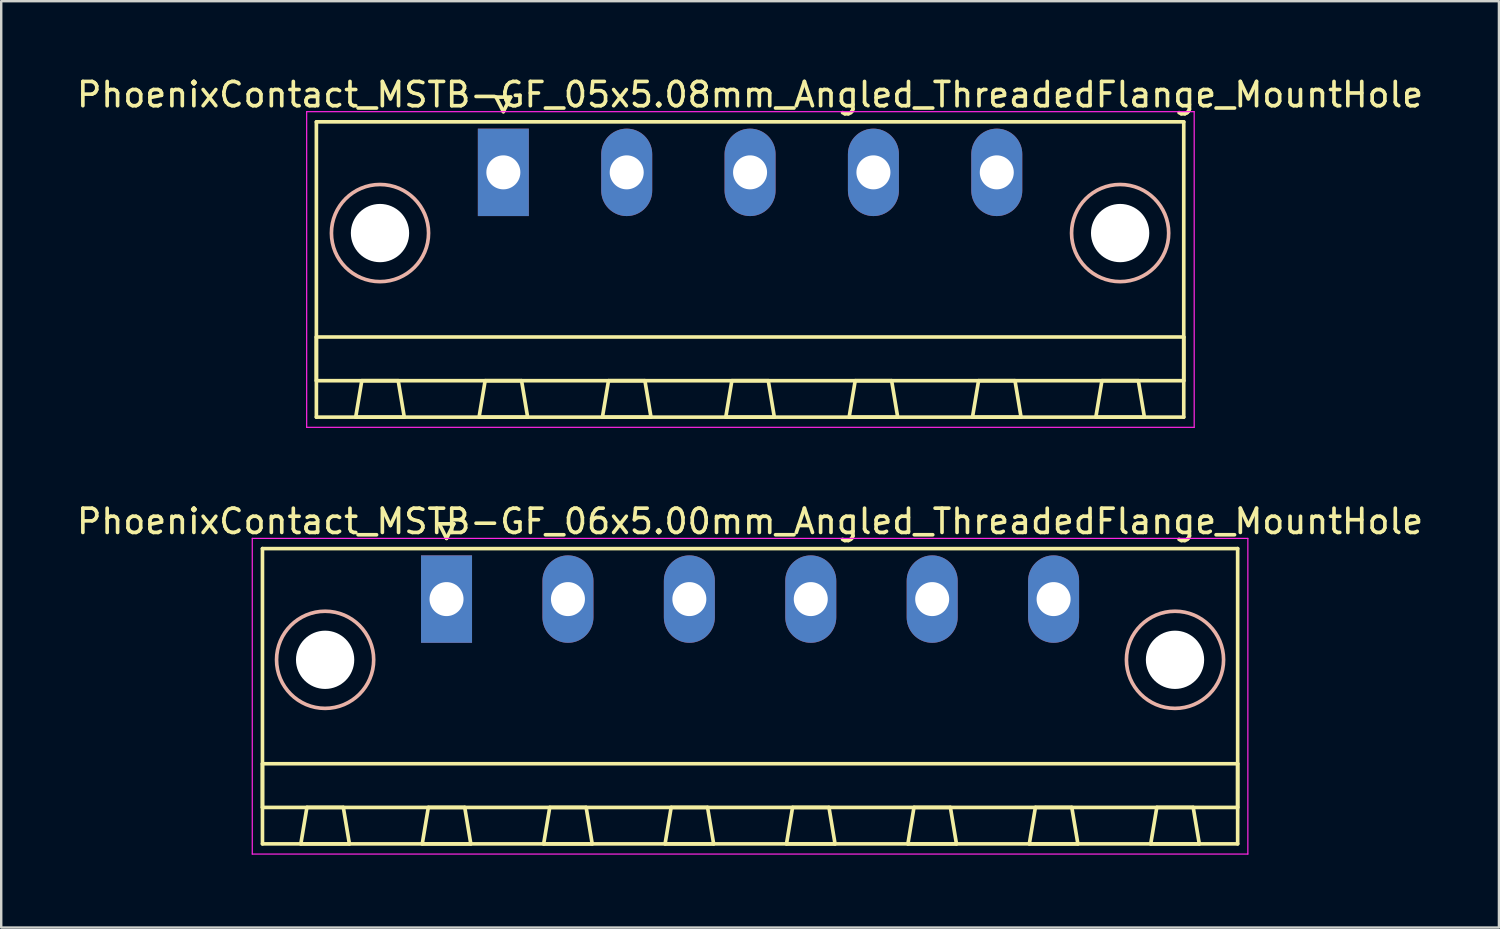
<source format=kicad_pcb>
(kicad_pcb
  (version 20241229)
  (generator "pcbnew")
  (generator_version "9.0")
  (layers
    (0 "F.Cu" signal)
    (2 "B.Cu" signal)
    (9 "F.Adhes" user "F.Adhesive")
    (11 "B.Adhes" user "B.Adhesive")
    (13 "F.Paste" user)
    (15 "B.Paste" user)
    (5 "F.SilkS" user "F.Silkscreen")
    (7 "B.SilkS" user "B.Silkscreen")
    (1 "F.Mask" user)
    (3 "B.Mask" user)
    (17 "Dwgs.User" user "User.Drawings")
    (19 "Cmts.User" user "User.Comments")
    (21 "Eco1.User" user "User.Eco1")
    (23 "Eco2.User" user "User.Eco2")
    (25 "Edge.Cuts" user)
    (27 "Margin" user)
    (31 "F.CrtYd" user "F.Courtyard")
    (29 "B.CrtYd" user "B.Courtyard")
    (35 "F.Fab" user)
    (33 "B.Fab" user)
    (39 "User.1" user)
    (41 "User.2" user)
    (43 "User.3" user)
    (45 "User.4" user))
  (footprint "PhoenixContact_MSTB-GF_05x5.08mm_Angled_ThreadedFlange_MountHole"
    (layer "F.Cu")
    (at 17.679 4.048)
    (property "Reference" "PhoenixContact_MSTB-GF_05x5.08mm_Angled_ThreadedFlange_MountHole" (at 10.16 -3.2 0) (layer "F.SilkS") (effects (font (size 1 1) (thickness 0.15))))
    (attr through_hole)
    (fp_line (start -7.7 -2.08) (end -7.7 10.08) (stroke (width 0.15) (type solid)) (layer "F.SilkS"))
    (fp_line (start -7.7 6.78) (end 28.02 6.78) (stroke (width 0.15) (type solid)) (layer "F.SilkS"))
    (fp_line (start -7.7 8.58) (end -7.7 6.78) (stroke (width 0.15) (type solid)) (layer "F.SilkS"))
    (fp_line (start -7.7 10.08) (end 28.02 10.08) (stroke (width 0.15) (type solid)) (layer "F.SilkS"))
    (fp_line (start -6.08 10.08) (end -4.08 10.08) (stroke (width 0.15) (type solid)) (layer "F.SilkS"))
    (fp_line (start -5.83 8.58) (end -6.08 10.08) (stroke (width 0.15) (type solid)) (layer "F.SilkS"))
    (fp_line (start -4.33 8.58) (end -5.83 8.58) (stroke (width 0.15) (type solid)) (layer "F.SilkS"))
    (fp_line (start -4.08 10.08) (end -4.33 8.58) (stroke (width 0.15) (type solid)) (layer "F.SilkS"))
    (fp_line (start -1 10.08) (end 1 10.08) (stroke (width 0.15) (type solid)) (layer "F.SilkS"))
    (fp_line (start -0.75 8.58) (end -1 10.08) (stroke (width 0.15) (type solid)) (layer "F.SilkS"))
    (fp_line (start -0.3 -3.1) (end 0 -2.5) (stroke (width 0.15) (type solid)) (layer "F.SilkS"))
    (fp_line (start 0 -2.5) (end 0.3 -3.1) (stroke (width 0.15) (type solid)) (layer "F.SilkS"))
    (fp_line (start 0.3 -3.1) (end -0.3 -3.1) (stroke (width 0.15) (type solid)) (layer "F.SilkS"))
    (fp_line (start 0.75 8.58) (end -0.75 8.58) (stroke (width 0.15) (type solid)) (layer "F.SilkS"))
    (fp_line (start 1 10.08) (end 0.75 8.58) (stroke (width 0.15) (type solid)) (layer "F.SilkS"))
    (fp_line (start 4.08 10.08) (end 6.08 10.08) (stroke (width 0.15) (type solid)) (layer "F.SilkS"))
    (fp_line (start 4.33 8.58) (end 4.08 10.08) (stroke (width 0.15) (type solid)) (layer "F.SilkS"))
    (fp_line (start 5.83 8.58) (end 4.33 8.58) (stroke (width 0.15) (type solid)) (layer "F.SilkS"))
    (fp_line (start 6.08 10.08) (end 5.83 8.58) (stroke (width 0.15) (type solid)) (layer "F.SilkS"))
    (fp_line (start 9.16 10.08) (end 11.16 10.08) (stroke (width 0.15) (type solid)) (layer "F.SilkS"))
    (fp_line (start 9.41 8.58) (end 9.16 10.08) (stroke (width 0.15) (type solid)) (layer "F.SilkS"))
    (fp_line (start 10.91 8.58) (end 9.41 8.58) (stroke (width 0.15) (type solid)) (layer "F.SilkS"))
    (fp_line (start 11.16 10.08) (end 10.91 8.58) (stroke (width 0.15) (type solid)) (layer "F.SilkS"))
    (fp_line (start 14.24 10.08) (end 16.24 10.08) (stroke (width 0.15) (type solid)) (layer "F.SilkS"))
    (fp_line (start 14.49 8.58) (end 14.24 10.08) (stroke (width 0.15) (type solid)) (layer "F.SilkS"))
    (fp_line (start 15.99 8.58) (end 14.49 8.58) (stroke (width 0.15) (type solid)) (layer "F.SilkS"))
    (fp_line (start 16.24 10.08) (end 15.99 8.58) (stroke (width 0.15) (type solid)) (layer "F.SilkS"))
    (fp_line (start 19.32 10.08) (end 21.32 10.08) (stroke (width 0.15) (type solid)) (layer "F.SilkS"))
    (fp_line (start 19.57 8.58) (end 19.32 10.08) (stroke (width 0.15) (type solid)) (layer "F.SilkS"))
    (fp_line (start 21.07 8.58) (end 19.57 8.58) (stroke (width 0.15) (type solid)) (layer "F.SilkS"))
    (fp_line (start 21.32 10.08) (end 21.07 8.58) (stroke (width 0.15) (type solid)) (layer "F.SilkS"))
    (fp_line (start 24.4 10.08) (end 26.4 10.08) (stroke (width 0.15) (type solid)) (layer "F.SilkS"))
    (fp_line (start 24.65 8.58) (end 24.4 10.08) (stroke (width 0.15) (type solid)) (layer "F.SilkS"))
    (fp_line (start 26.15 8.58) (end 24.65 8.58) (stroke (width 0.15) (type solid)) (layer "F.SilkS"))
    (fp_line (start 26.4 10.08) (end 26.15 8.58) (stroke (width 0.15) (type solid)) (layer "F.SilkS"))
    (fp_line (start 28.02 -2.08) (end -7.7 -2.08) (stroke (width 0.15) (type solid)) (layer "F.SilkS"))
    (fp_line (start 28.02 6.78) (end 28.02 8.58) (stroke (width 0.15) (type solid)) (layer "F.SilkS"))
    (fp_line (start 28.02 8.58) (end -7.7 8.58) (stroke (width 0.15) (type solid)) (layer "F.SilkS"))
    (fp_line (start 28.02 10.08) (end 28.02 -2.08) (stroke (width 0.15) (type solid)) (layer "F.SilkS"))
    (fp_circle (center -5.08 2.5) (end -3.08 2.5) (stroke (width 0.15) (type solid)) (fill no) (layer "B.SilkS"))
    (fp_circle (center 25.4 2.5) (end 27.4 2.5) (stroke (width 0.15) (type solid)) (fill no) (layer "B.SilkS"))
    (fp_line (start -8.1 -2.5) (end -8.1 10.5) (stroke (width 0.05) (type solid)) (layer "F.CrtYd"))
    (fp_line (start -8.1 10.5) (end 28.45 10.5) (stroke (width 0.05) (type solid)) (layer "F.CrtYd"))
    (fp_line (start 28.45 -2.5) (end -8.1 -2.5) (stroke (width 0.05) (type solid)) (layer "F.CrtYd"))
    (fp_line (start 28.45 10.5) (end 28.45 -2.5) (stroke (width 0.05) (type solid)) (layer "F.CrtYd"))
    (pad "" np_thru_hole circle (at -5.08 2.5) (size 2.4 2.4) (drill 2.4) (layers "*.Cu" "*.Mask"))
    (pad "" np_thru_hole circle (at 25.4 2.5) (size 2.4 2.4) (drill 2.4) (layers "*.Cu" "*.Mask"))
    (pad "1" thru_hole rect (at 0 0) (size 2.1 3.6) (drill 1.4) (layers "*.Cu" "*.Mask"))
    (pad "2" thru_hole oval (at 5.08 0) (size 2.1 3.6) (drill 1.4) (layers "*.Cu" "*.Mask"))
    (pad "3" thru_hole oval (at 10.16 0) (size 2.1 3.6) (drill 1.4) (layers "*.Cu" "*.Mask"))
    (pad "4" thru_hole oval (at 15.24 0) (size 2.1 3.6) (drill 1.4) (layers "*.Cu" "*.Mask"))
    (pad "5" thru_hole oval (at 20.32 0) (size 2.1 3.6) (drill 1.4) (layers "*.Cu" "*.Mask")))
  (footprint "PhoenixContact_MSTB-GF_06x5.00mm_Angled_ThreadedFlange_MountHole"
    (layer "F.Cu")
    (at 15.339 21.622)
    (property "Reference" "PhoenixContact_MSTB-GF_06x5.00mm_Angled_ThreadedFlange_MountHole" (at 12.5 -3.2 0) (layer "F.SilkS") (effects (font (size 1 1) (thickness 0.15))))
    (attr through_hole)
    (fp_line (start -7.58 -2.08) (end -7.58 10.08) (stroke (width 0.15) (type solid)) (layer "F.SilkS"))
    (fp_line (start -7.58 6.78) (end 32.58 6.78) (stroke (width 0.15) (type solid)) (layer "F.SilkS"))
    (fp_line (start -7.58 8.58) (end -7.58 6.78) (stroke (width 0.15) (type solid)) (layer "F.SilkS"))
    (fp_line (start -7.58 10.08) (end 32.58 10.08) (stroke (width 0.15) (type solid)) (layer "F.SilkS"))
    (fp_line (start -6 10.08) (end -4 10.08) (stroke (width 0.15) (type solid)) (layer "F.SilkS"))
    (fp_line (start -5.75 8.58) (end -6 10.08) (stroke (width 0.15) (type solid)) (layer "F.SilkS"))
    (fp_line (start -4.25 8.58) (end -5.75 8.58) (stroke (width 0.15) (type solid)) (layer "F.SilkS"))
    (fp_line (start -4 10.08) (end -4.25 8.58) (stroke (width 0.15) (type solid)) (layer "F.SilkS"))
    (fp_line (start -1 10.08) (end 1 10.08) (stroke (width 0.15) (type solid)) (layer "F.SilkS"))
    (fp_line (start -0.75 8.58) (end -1 10.08) (stroke (width 0.15) (type solid)) (layer "F.SilkS"))
    (fp_line (start -0.3 -3.1) (end 0 -2.5) (stroke (width 0.15) (type solid)) (layer "F.SilkS"))
    (fp_line (start 0 -2.5) (end 0.3 -3.1) (stroke (width 0.15) (type solid)) (layer "F.SilkS"))
    (fp_line (start 0.3 -3.1) (end -0.3 -3.1) (stroke (width 0.15) (type solid)) (layer "F.SilkS"))
    (fp_line (start 0.75 8.58) (end -0.75 8.58) (stroke (width 0.15) (type solid)) (layer "F.SilkS"))
    (fp_line (start 1 10.08) (end 0.75 8.58) (stroke (width 0.15) (type solid)) (layer "F.SilkS"))
    (fp_line (start 4 10.08) (end 6 10.08) (stroke (width 0.15) (type solid)) (layer "F.SilkS"))
    (fp_line (start 4.25 8.58) (end 4 10.08) (stroke (width 0.15) (type solid)) (layer "F.SilkS"))
    (fp_line (start 5.75 8.58) (end 4.25 8.58) (stroke (width 0.15) (type solid)) (layer "F.SilkS"))
    (fp_line (start 6 10.08) (end 5.75 8.58) (stroke (width 0.15) (type solid)) (layer "F.SilkS"))
    (fp_line (start 9 10.08) (end 11 10.08) (stroke (width 0.15) (type solid)) (layer "F.SilkS"))
    (fp_line (start 9.25 8.58) (end 9 10.08) (stroke (width 0.15) (type solid)) (layer "F.SilkS"))
    (fp_line (start 10.75 8.58) (end 9.25 8.58) (stroke (width 0.15) (type solid)) (layer "F.SilkS"))
    (fp_line (start 11 10.08) (end 10.75 8.58) (stroke (width 0.15) (type solid)) (layer "F.SilkS"))
    (fp_line (start 14 10.08) (end 16 10.08) (stroke (width 0.15) (type solid)) (layer "F.SilkS"))
    (fp_line (start 14.25 8.58) (end 14 10.08) (stroke (width 0.15) (type solid)) (layer "F.SilkS"))
    (fp_line (start 15.75 8.58) (end 14.25 8.58) (stroke (width 0.15) (type solid)) (layer "F.SilkS"))
    (fp_line (start 16 10.08) (end 15.75 8.58) (stroke (width 0.15) (type solid)) (layer "F.SilkS"))
    (fp_line (start 19 10.08) (end 21 10.08) (stroke (width 0.15) (type solid)) (layer "F.SilkS"))
    (fp_line (start 19.25 8.58) (end 19 10.08) (stroke (width 0.15) (type solid)) (layer "F.SilkS"))
    (fp_line (start 20.75 8.58) (end 19.25 8.58) (stroke (width 0.15) (type solid)) (layer "F.SilkS"))
    (fp_line (start 21 10.08) (end 20.75 8.58) (stroke (width 0.15) (type solid)) (layer "F.SilkS"))
    (fp_line (start 24 10.08) (end 26 10.08) (stroke (width 0.15) (type solid)) (layer "F.SilkS"))
    (fp_line (start 24.25 8.58) (end 24 10.08) (stroke (width 0.15) (type solid)) (layer "F.SilkS"))
    (fp_line (start 25.75 8.58) (end 24.25 8.58) (stroke (width 0.15) (type solid)) (layer "F.SilkS"))
    (fp_line (start 26 10.08) (end 25.75 8.58) (stroke (width 0.15) (type solid)) (layer "F.SilkS"))
    (fp_line (start 29 10.08) (end 31 10.08) (stroke (width 0.15) (type solid)) (layer "F.SilkS"))
    (fp_line (start 29.25 8.58) (end 29 10.08) (stroke (width 0.15) (type solid)) (layer "F.SilkS"))
    (fp_line (start 30.75 8.58) (end 29.25 8.58) (stroke (width 0.15) (type solid)) (layer "F.SilkS"))
    (fp_line (start 31 10.08) (end 30.75 8.58) (stroke (width 0.15) (type solid)) (layer "F.SilkS"))
    (fp_line (start 32.58 -2.08) (end -7.58 -2.08) (stroke (width 0.15) (type solid)) (layer "F.SilkS"))
    (fp_line (start 32.58 6.78) (end 32.58 8.58) (stroke (width 0.15) (type solid)) (layer "F.SilkS"))
    (fp_line (start 32.58 8.58) (end -7.58 8.58) (stroke (width 0.15) (type solid)) (layer "F.SilkS"))
    (fp_line (start 32.58 10.08) (end 32.58 -2.08) (stroke (width 0.15) (type solid)) (layer "F.SilkS"))
    (fp_circle (center -5 2.5) (end -3 2.5) (stroke (width 0.15) (type solid)) (fill no) (layer "B.SilkS"))
    (fp_circle (center 30 2.5) (end 32 2.5) (stroke (width 0.15) (type solid)) (fill no) (layer "B.SilkS"))
    (fp_line (start -8 -2.5) (end -8 10.5) (stroke (width 0.05) (type solid)) (layer "F.CrtYd"))
    (fp_line (start -8 10.5) (end 33 10.5) (stroke (width 0.05) (type solid)) (layer "F.CrtYd"))
    (fp_line (start 33 -2.5) (end -8 -2.5) (stroke (width 0.05) (type solid)) (layer "F.CrtYd"))
    (fp_line (start 33 10.5) (end 33 -2.5) (stroke (width 0.05) (type solid)) (layer "F.CrtYd"))
    (pad "" np_thru_hole circle (at -5 2.5) (size 2.4 2.4) (drill 2.4) (layers "*.Cu" "*.Mask"))
    (pad "" np_thru_hole circle (at 30 2.5) (size 2.4 2.4) (drill 2.4) (layers "*.Cu" "*.Mask"))
    (pad "1" thru_hole rect (at 0 0) (size 2.1 3.6) (drill 1.4) (layers "*.Cu" "*.Mask"))
    (pad "2" thru_hole oval (at 5 0) (size 2.1 3.6) (drill 1.4) (layers "*.Cu" "*.Mask"))
    (pad "3" thru_hole oval (at 10 0) (size 2.1 3.6) (drill 1.4) (layers "*.Cu" "*.Mask"))
    (pad "4" thru_hole oval (at 15 0) (size 2.1 3.6) (drill 1.4) (layers "*.Cu" "*.Mask"))
    (pad "5" thru_hole oval (at 20 0) (size 2.1 3.6) (drill 1.4) (layers "*.Cu" "*.Mask"))
    (pad "6" thru_hole oval (at 25 0) (size 2.1 3.6) (drill 1.4) (layers "*.Cu" "*.Mask")))
  (gr_rect
    (start -3 -3)
    (end 58.679 35.147)
    (stroke (width 0.1) (type default))
    (fill no)
    (layer "Edge.Cuts")))
</source>
